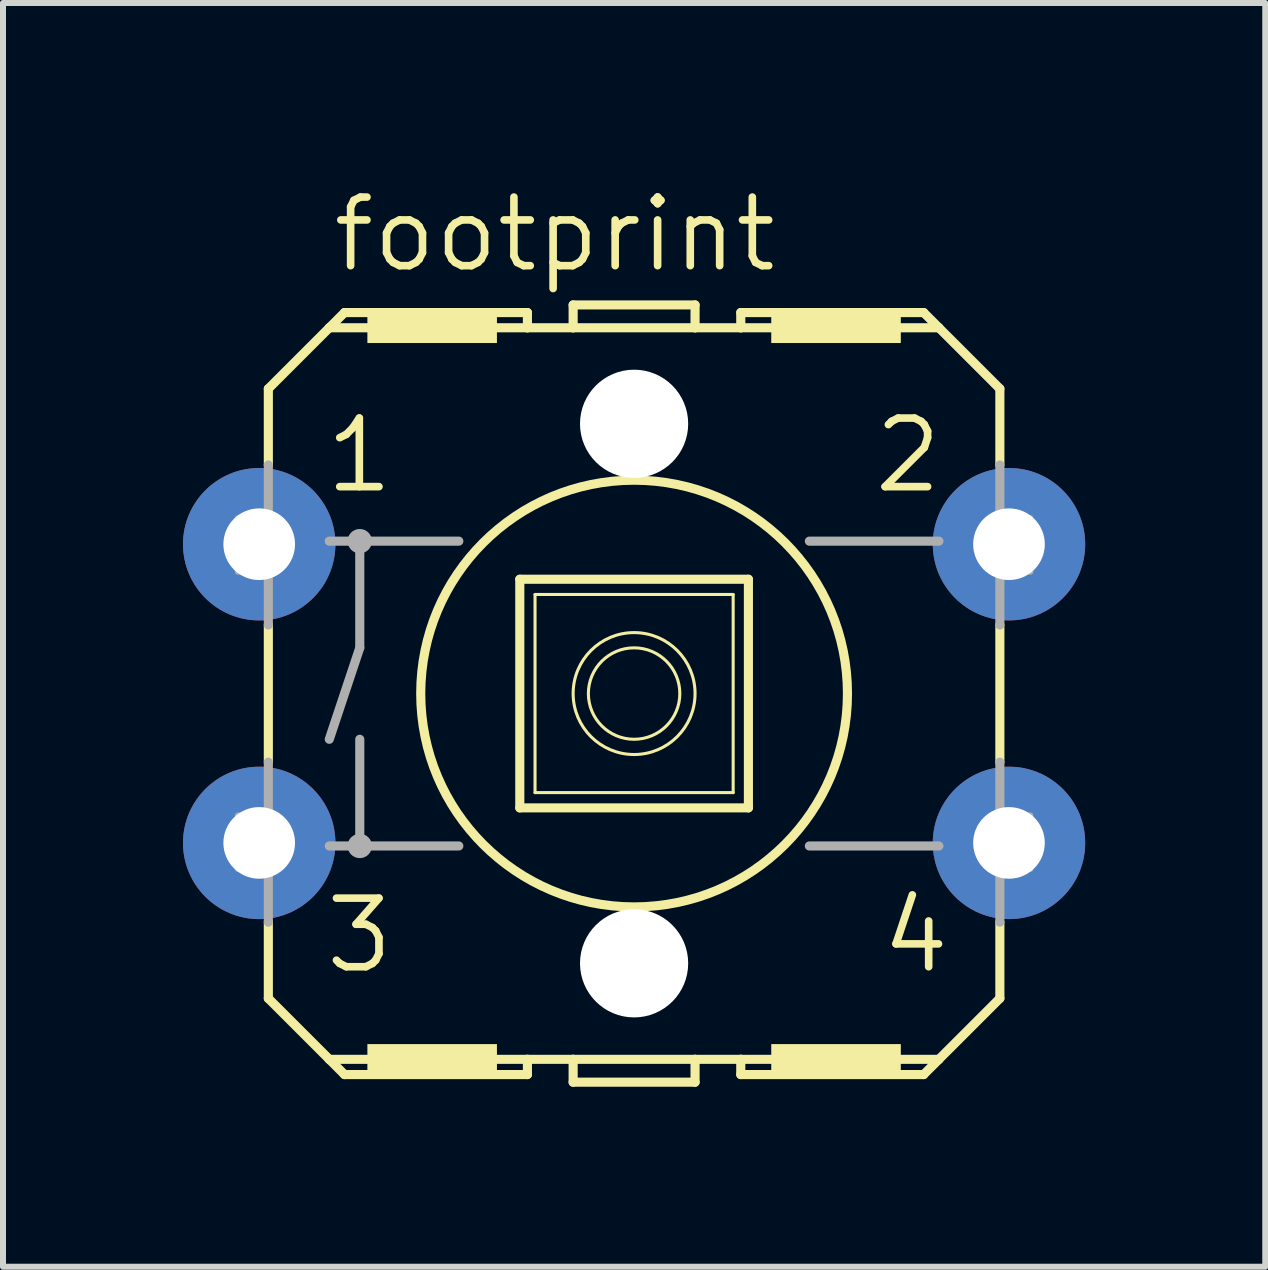
<source format=kicad_pcb>
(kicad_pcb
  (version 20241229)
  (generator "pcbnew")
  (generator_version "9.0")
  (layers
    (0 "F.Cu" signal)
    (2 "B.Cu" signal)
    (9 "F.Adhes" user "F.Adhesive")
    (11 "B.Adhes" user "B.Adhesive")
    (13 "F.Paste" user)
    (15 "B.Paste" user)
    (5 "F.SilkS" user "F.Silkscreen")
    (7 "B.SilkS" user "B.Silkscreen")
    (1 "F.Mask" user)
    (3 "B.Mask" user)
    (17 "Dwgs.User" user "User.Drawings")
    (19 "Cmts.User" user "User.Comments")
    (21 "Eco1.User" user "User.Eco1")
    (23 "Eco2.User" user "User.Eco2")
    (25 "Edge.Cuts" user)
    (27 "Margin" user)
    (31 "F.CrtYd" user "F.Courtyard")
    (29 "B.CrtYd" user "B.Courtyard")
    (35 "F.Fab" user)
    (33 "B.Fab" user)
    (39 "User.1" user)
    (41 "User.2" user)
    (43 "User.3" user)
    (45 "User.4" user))
  (footprint "footprint"
    (layer "F.Cu")
    (at 7.518 8.509)
    (property "Reference" "footprint" (at -5.08 -6.985 0) (layer "F.SilkS") (effects (font (size 1.143 1.143) (thickness 0.127)) (justify left bottom)))
    (fp_line (start -6.096 -5.08) (end -6.096 -3.81) (stroke (width 0.152) (type solid)) (layer "F.SilkS"))
    (fp_line (start -6.096 -1.143) (end -6.096 1.143) (stroke (width 0.152) (type solid)) (layer "F.SilkS"))
    (fp_line (start -6.096 3.81) (end -6.096 5.08) (stroke (width 0.152) (type solid)) (layer "F.SilkS"))
    (fp_line (start -6.096 5.08) (end -5.08 6.096) (stroke (width 0.152) (type solid)) (layer "F.SilkS"))
    (fp_line (start -5.08 -6.096) (end -6.096 -5.08) (stroke (width 0.152) (type solid)) (layer "F.SilkS"))
    (fp_line (start -5.08 -6.096) (end -4.826 -6.35) (stroke (width 0.152) (type solid)) (layer "F.SilkS"))
    (fp_line (start -5.08 -6.096) (end -1.778 -6.096) (stroke (width 0.152) (type solid)) (layer "F.SilkS"))
    (fp_line (start -5.08 6.096) (end -1.778 6.096) (stroke (width 0.152) (type solid)) (layer "F.SilkS"))
    (fp_line (start -4.826 6.35) (end -5.08 6.096) (stroke (width 0.152) (type solid)) (layer "F.SilkS"))
    (fp_line (start -1.905 -1.905) (end -1.905 1.905) (stroke (width 0.152) (type solid)) (layer "F.SilkS"))
    (fp_line (start -1.905 -1.905) (end 1.905 -1.905) (stroke (width 0.152) (type solid)) (layer "F.SilkS"))
    (fp_line (start -1.778 -6.35) (end -4.826 -6.35) (stroke (width 0.152) (type solid)) (layer "F.SilkS"))
    (fp_line (start -1.778 -6.35) (end -1.778 -6.096) (stroke (width 0.152) (type solid)) (layer "F.SilkS"))
    (fp_line (start -1.778 -6.096) (end -1.016 -6.096) (stroke (width 0.152) (type solid)) (layer "F.SilkS"))
    (fp_line (start -1.778 6.096) (end -1.778 6.35) (stroke (width 0.152) (type solid)) (layer "F.SilkS"))
    (fp_line (start -1.778 6.096) (end -1.016 6.096) (stroke (width 0.152) (type solid)) (layer "F.SilkS"))
    (fp_line (start -1.778 6.35) (end -4.826 6.35) (stroke (width 0.152) (type solid)) (layer "F.SilkS"))
    (fp_line (start -1.651 -1.651) (end -1.651 1.651) (stroke (width 0.051) (type solid)) (layer "F.SilkS"))
    (fp_line (start -1.651 -1.651) (end 1.651 -1.651) (stroke (width 0.051) (type solid)) (layer "F.SilkS"))
    (fp_line (start -1.016 -6.477) (end 1.016 -6.477) (stroke (width 0.152) (type solid)) (layer "F.SilkS"))
    (fp_line (start -1.016 -6.096) (end -1.016 -6.477) (stroke (width 0.152) (type solid)) (layer "F.SilkS"))
    (fp_line (start -1.016 -6.096) (end 1.016 -6.096) (stroke (width 0.152) (type solid)) (layer "F.SilkS"))
    (fp_line (start -1.016 6.096) (end 1.016 6.096) (stroke (width 0.152) (type solid)) (layer "F.SilkS"))
    (fp_line (start -1.016 6.477) (end -1.016 6.096) (stroke (width 0.152) (type solid)) (layer "F.SilkS"))
    (fp_line (start -1.016 6.477) (end 1.016 6.477) (stroke (width 0.152) (type solid)) (layer "F.SilkS"))
    (fp_line (start 1.016 -6.477) (end 1.016 -6.096) (stroke (width 0.152) (type solid)) (layer "F.SilkS"))
    (fp_line (start 1.016 6.096) (end 1.016 6.477) (stroke (width 0.152) (type solid)) (layer "F.SilkS"))
    (fp_line (start 1.016 6.096) (end 1.778 6.096) (stroke (width 0.152) (type solid)) (layer "F.SilkS"))
    (fp_line (start 1.651 1.651) (end -1.651 1.651) (stroke (width 0.051) (type solid)) (layer "F.SilkS"))
    (fp_line (start 1.651 1.651) (end 1.651 -1.651) (stroke (width 0.051) (type solid)) (layer "F.SilkS"))
    (fp_line (start 1.778 -6.35) (end 1.778 -6.096) (stroke (width 0.152) (type solid)) (layer "F.SilkS"))
    (fp_line (start 1.778 -6.096) (end 1.016 -6.096) (stroke (width 0.152) (type solid)) (layer "F.SilkS"))
    (fp_line (start 1.778 6.096) (end 1.778 6.35) (stroke (width 0.152) (type solid)) (layer "F.SilkS"))
    (fp_line (start 1.778 6.096) (end 5.08 6.096) (stroke (width 0.152) (type solid)) (layer "F.SilkS"))
    (fp_line (start 1.905 1.905) (end -1.905 1.905) (stroke (width 0.152) (type solid)) (layer "F.SilkS"))
    (fp_line (start 1.905 1.905) (end 1.905 -1.905) (stroke (width 0.152) (type solid)) (layer "F.SilkS"))
    (fp_line (start 4.826 -6.35) (end 1.778 -6.35) (stroke (width 0.152) (type solid)) (layer "F.SilkS"))
    (fp_line (start 4.826 6.35) (end 1.778 6.35) (stroke (width 0.152) (type solid)) (layer "F.SilkS"))
    (fp_line (start 5.08 -6.096) (end 1.778 -6.096) (stroke (width 0.152) (type solid)) (layer "F.SilkS"))
    (fp_line (start 5.08 -6.096) (end 4.826 -6.35) (stroke (width 0.152) (type solid)) (layer "F.SilkS"))
    (fp_line (start 5.08 6.096) (end 4.826 6.35) (stroke (width 0.152) (type solid)) (layer "F.SilkS"))
    (fp_line (start 5.08 6.096) (end 6.096 5.08) (stroke (width 0.152) (type solid)) (layer "F.SilkS"))
    (fp_line (start 6.096 -5.08) (end 5.08 -6.096) (stroke (width 0.152) (type solid)) (layer "F.SilkS"))
    (fp_line (start 6.096 -5.08) (end 6.096 -3.81) (stroke (width 0.152) (type solid)) (layer "F.SilkS"))
    (fp_line (start 6.096 -1.143) (end 6.096 1.143) (stroke (width 0.152) (type solid)) (layer "F.SilkS"))
    (fp_line (start 6.096 5.08) (end 6.096 3.81) (stroke (width 0.152) (type solid)) (layer "F.SilkS"))
    (fp_circle (center 0 0) (end 0.762 0) (stroke (width 0.051) (type solid)) (fill no) (layer "F.SilkS"))
    (fp_circle (center 0 0) (end 1.016 0) (stroke (width 0.051) (type solid)) (fill no) (layer "F.SilkS"))
    (fp_circle (center 0 0) (end 3.556 0) (stroke (width 0.152) (type solid)) (fill no) (layer "F.SilkS"))
    (fp_poly (pts (xy -4.445 -5.842) (xy -2.286 -5.842) (xy -2.286 -6.35) (xy -4.445 -6.35)) (stroke (width 0) (type solid)) (fill yes) (layer "F.SilkS"))
    (fp_poly (pts (xy -4.445 6.35) (xy -2.286 6.35) (xy -2.286 5.842) (xy -4.445 5.842)) (stroke (width 0) (type solid)) (fill yes) (layer "F.SilkS"))
    (fp_poly (pts (xy 2.286 -5.842) (xy 4.445 -5.842) (xy 4.445 -6.35) (xy 2.286 -6.35)) (stroke (width 0) (type solid)) (fill yes) (layer "F.SilkS"))
    (fp_poly (pts (xy 2.286 6.35) (xy 4.445 6.35) (xy 4.445 5.842) (xy 2.286 5.842)) (stroke (width 0) (type solid)) (fill yes) (layer "F.SilkS"))
    (fp_line (start -6.096 -1.143) (end -6.096 -3.81) (stroke (width 0.152) (type solid)) (layer "F.Fab"))
    (fp_line (start -6.096 3.81) (end -6.096 1.143) (stroke (width 0.152) (type solid)) (layer "F.Fab"))
    (fp_line (start -5.08 -2.54) (end -4.572 -2.54) (stroke (width 0.152) (type solid)) (layer "F.Fab"))
    (fp_line (start -5.08 2.54) (end -4.572 2.54) (stroke (width 0.152) (type solid)) (layer "F.Fab"))
    (fp_line (start -4.572 -2.54) (end -4.572 -0.762) (stroke (width 0.152) (type solid)) (layer "F.Fab"))
    (fp_line (start -4.572 -2.54) (end -2.921 -2.54) (stroke (width 0.152) (type solid)) (layer "F.Fab"))
    (fp_line (start -4.572 -0.762) (end -5.08 0.762) (stroke (width 0.152) (type solid)) (layer "F.Fab"))
    (fp_line (start -4.572 0.762) (end -4.572 2.54) (stroke (width 0.152) (type solid)) (layer "F.Fab"))
    (fp_line (start -4.572 2.54) (end -2.921 2.54) (stroke (width 0.152) (type solid)) (layer "F.Fab"))
    (fp_line (start 2.921 -2.54) (end 5.08 -2.54) (stroke (width 0.152) (type solid)) (layer "F.Fab"))
    (fp_line (start 2.921 2.54) (end 5.08 2.54) (stroke (width 0.152) (type solid)) (layer "F.Fab"))
    (fp_line (start 6.096 -1.143) (end 6.096 -3.81) (stroke (width 0.152) (type solid)) (layer "F.Fab"))
    (fp_line (start 6.096 3.81) (end 6.096 1.143) (stroke (width 0.152) (type solid)) (layer "F.Fab"))
    (fp_circle (center -4.572 -2.54) (end -4.445 -2.54) (stroke (width 0.152) (type solid)) (fill no) (layer "F.Fab"))
    (fp_circle (center -4.572 2.54) (end -4.445 2.54) (stroke (width 0.152) (type solid)) (fill no) (layer "F.Fab"))
    (fp_poly (pts (xy -6.604 -2.032) (xy -6.096 -2.032) (xy -6.096 -2.921) (xy -6.604 -2.921)) (stroke (width 0.1) (type solid)) (fill no) (layer "F.Fab"))
    (fp_poly (pts (xy -6.604 2.921) (xy -6.096 2.921) (xy -6.096 2.032) (xy -6.604 2.032)) (stroke (width 0.1) (type solid)) (fill no) (layer "F.Fab"))
    (fp_poly (pts (xy 6.096 -2.032) (xy 6.604 -2.032) (xy 6.604 -2.921) (xy 6.096 -2.921)) (stroke (width 0.1) (type solid)) (fill no) (layer "F.Fab"))
    (fp_poly (pts (xy 6.096 2.921) (xy 6.604 2.921) (xy 6.604 2.032) (xy 6.096 2.032)) (stroke (width 0.1) (type solid)) (fill no) (layer "F.Fab"))
    (fp_text user "1" (at -5.207 -3.302 0) (layer "F.SilkS") (effects (font (size 1.143 1.143) (thickness 0.127)) (justify left bottom)))
    (fp_text user "3" (at -5.207 4.699 0) (layer "F.SilkS") (effects (font (size 1.143 1.143) (thickness 0.127)) (justify left bottom)))
    (fp_text user "2" (at 3.937 -3.302 0) (layer "F.SilkS") (effects (font (size 1.143 1.143) (thickness 0.127)) (justify left bottom)))
    (fp_text user "4" (at 4.064 4.699 0) (layer "F.SilkS") (effects (font (size 1.143 1.143) (thickness 0.127)) (justify left bottom)))
    (pad "" np_thru_hole circle (at 0 -4.496) (size 1.803 1.803) (drill 1.803) (layers "*.Cu" "*.Mask"))
    (pad "" np_thru_hole circle (at 0 4.496) (size 1.803 1.803) (drill 1.803) (layers "*.Cu" "*.Mask"))
    (pad "1" thru_hole circle (at -6.248 -2.489) (size 2.54 2.54) (drill 1.194) (layers "*.Cu" "*.Mask"))
    (pad "2" thru_hole circle (at 6.248 -2.489) (size 2.54 2.54) (drill 1.194) (layers "*.Cu" "*.Mask"))
    (pad "3" thru_hole circle (at -6.248 2.489) (size 2.54 2.54) (drill 1.194) (layers "*.Cu" "*.Mask"))
    (pad "4" thru_hole circle (at 6.248 2.489) (size 2.54 2.54) (drill 1.194) (layers "*.Cu" "*.Mask")))
  (gr_rect
    (start -3 -3)
    (end 18.037 18.062)
    (stroke (width 0.1) (type default))
    (fill no)
    (layer "Edge.Cuts")))
</source>
